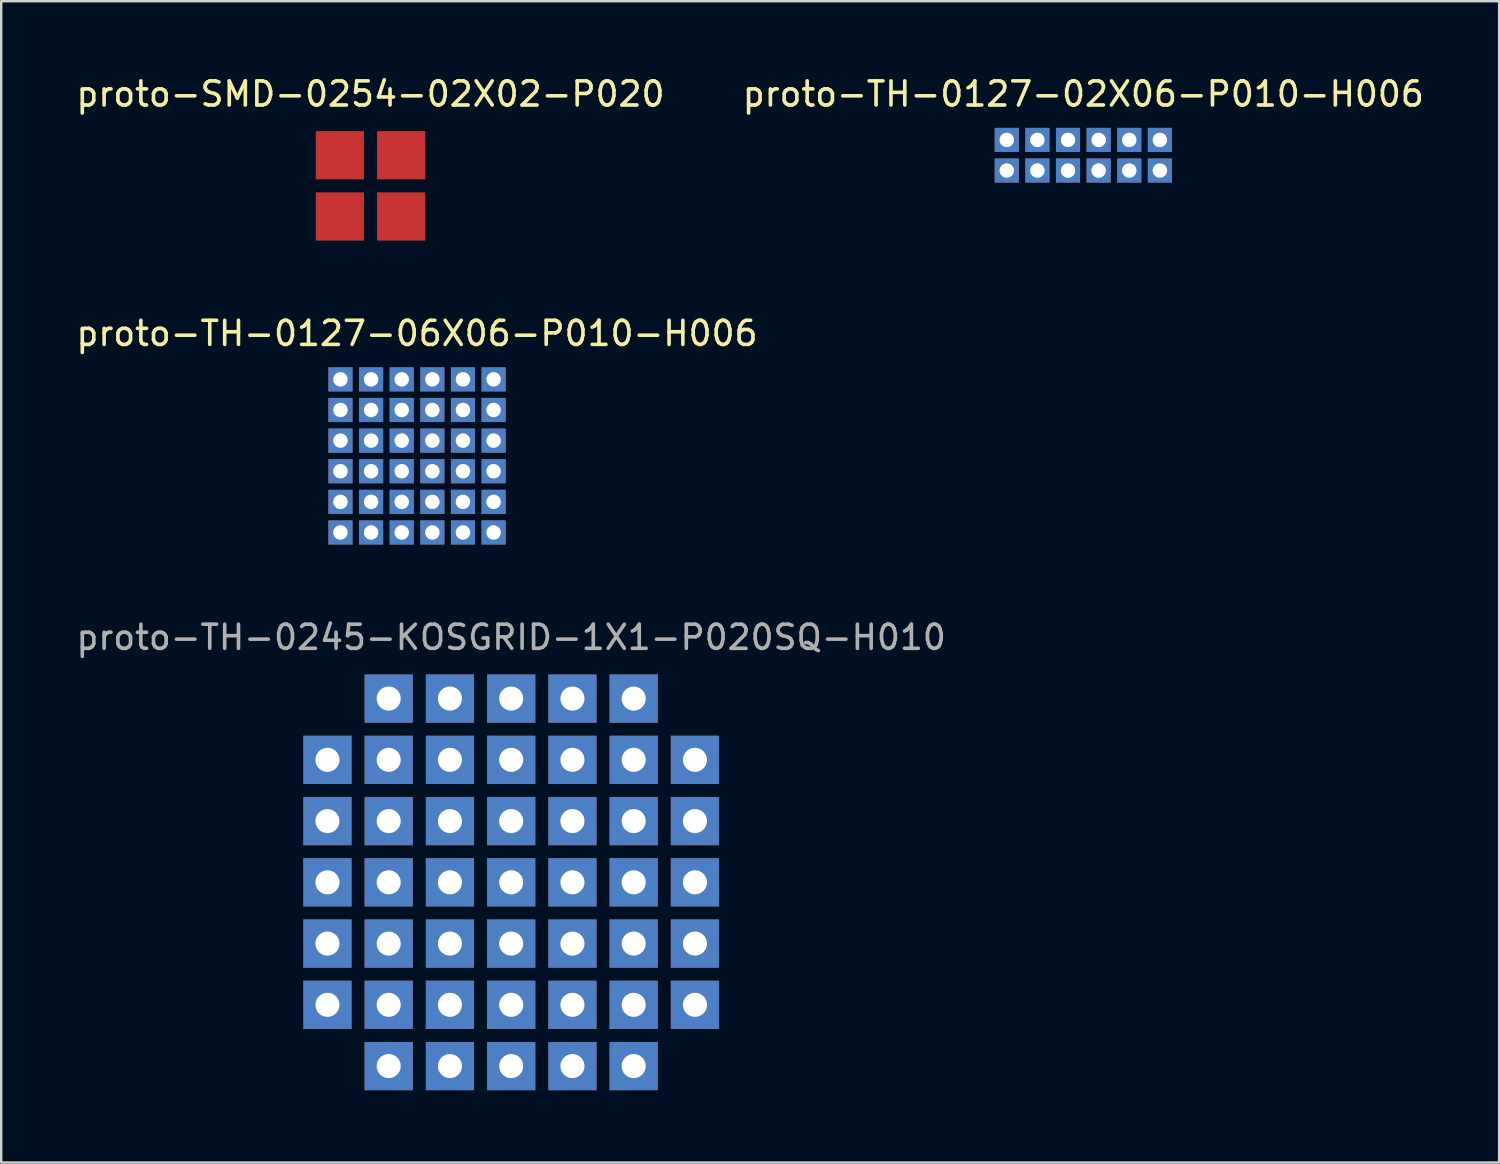
<source format=kicad_pcb>
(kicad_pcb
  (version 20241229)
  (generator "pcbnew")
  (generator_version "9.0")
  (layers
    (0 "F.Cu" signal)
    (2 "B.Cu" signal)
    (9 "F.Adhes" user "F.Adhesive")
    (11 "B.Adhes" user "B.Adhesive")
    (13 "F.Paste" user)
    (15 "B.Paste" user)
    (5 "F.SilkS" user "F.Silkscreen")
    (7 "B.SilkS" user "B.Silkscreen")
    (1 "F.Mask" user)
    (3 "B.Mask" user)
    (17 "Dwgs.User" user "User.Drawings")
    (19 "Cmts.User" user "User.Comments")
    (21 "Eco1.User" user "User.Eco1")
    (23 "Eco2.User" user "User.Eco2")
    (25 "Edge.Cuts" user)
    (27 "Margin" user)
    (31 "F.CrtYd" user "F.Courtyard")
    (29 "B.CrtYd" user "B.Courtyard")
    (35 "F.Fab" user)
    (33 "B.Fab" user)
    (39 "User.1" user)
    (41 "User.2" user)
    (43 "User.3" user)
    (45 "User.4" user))
  (footprint "proto-TH-0127-02X06-P010-H006"
    (layer "F.Cu")
    (at 41.875 3.388)
    (property "Reference" "proto-TH-0127-02X06-P010-H006" (at 0 -2.54 0) (layer "F.SilkS") (effects (font (size 1 1) (thickness 0.15))))
    (attr through_hole)
    (pad "NC" thru_hole rect (at -3.175 -0.635) (size 1 1) (drill 0.6) (layers "*.Cu" "*.Mask"))
    (pad "NC" thru_hole rect (at -3.175 0.635) (size 1 1) (drill 0.6) (layers "*.Cu" "*.Mask"))
    (pad "NC" thru_hole rect (at -1.905 -0.635) (size 1 1) (drill 0.6) (layers "*.Cu" "*.Mask"))
    (pad "NC" thru_hole rect (at -1.905 0.635) (size 1 1) (drill 0.6) (layers "*.Cu" "*.Mask"))
    (pad "NC" thru_hole rect (at -0.635 -0.635) (size 1 1) (drill 0.6) (layers "*.Cu" "*.Mask"))
    (pad "NC" thru_hole rect (at -0.635 0.635) (size 1 1) (drill 0.6) (layers "*.Cu" "*.Mask"))
    (pad "NC" thru_hole rect (at 0.635 -0.635) (size 1 1) (drill 0.6) (layers "*.Cu" "*.Mask"))
    (pad "NC" thru_hole rect (at 0.635 0.635) (size 1 1) (drill 0.6) (layers "*.Cu" "*.Mask"))
    (pad "NC" thru_hole rect (at 1.905 -0.635) (size 1 1) (drill 0.6) (layers "*.Cu" "*.Mask"))
    (pad "NC" thru_hole rect (at 1.905 0.635) (size 1 1) (drill 0.6) (layers "*.Cu" "*.Mask"))
    (pad "NC" thru_hole rect (at 3.175 -0.635) (size 1 1) (drill 0.6) (layers "*.Cu" "*.Mask"))
    (pad "NC" thru_hole rect (at 3.175 0.635) (size 1 1) (drill 0.6) (layers "*.Cu" "*.Mask")))
  (footprint "proto-SMD-0254-02X02-P020"
    (layer "F.Cu")
    (at 12.315 4.658)
    (property "Reference" "proto-SMD-0254-02X02-P020" (at 0 -3.81 0) (layer "F.SilkS") (effects (font (size 1 1) (thickness 0.15))))
    (attr through_hole)
    (pad "1" smd rect (at -1.27 -1.27) (size 2 2) (layers "F.Cu" "F.Mask" "F.Paste"))
    (pad "2" smd rect (at 1.27 -1.27) (size 2 2) (layers "F.Cu" "F.Mask" "F.Paste"))
    (pad "3" smd rect (at -1.27 1.27) (size 2 2) (layers "F.Cu" "F.Mask" "F.Paste"))
    (pad "4" smd rect (at 1.27 1.27) (size 2 2) (layers "F.Cu" "F.Mask" "F.Paste")))
  (footprint "proto-TH-0127-06X06-P010-H006"
    (layer "F.Cu")
    (at 14.244 15.857)
    (property "Reference" "proto-TH-0127-06X06-P010-H006" (at 0 -5.08 0) (layer "F.SilkS") (effects (font (size 1 1) (thickness 0.15))))
    (attr through_hole)
    (pad "NC" thru_hole rect (at -3.175 -3.175) (size 1 1) (drill 0.6) (layers "*.Cu" "*.Mask"))
    (pad "NC" thru_hole rect (at -3.175 -1.905) (size 1 1) (drill 0.6) (layers "*.Cu" "*.Mask"))
    (pad "NC" thru_hole rect (at -3.175 -0.635) (size 1 1) (drill 0.6) (layers "*.Cu" "*.Mask"))
    (pad "NC" thru_hole rect (at -3.175 0.635) (size 1 1) (drill 0.6) (layers "*.Cu" "*.Mask"))
    (pad "NC" thru_hole rect (at -3.175 1.905) (size 1 1) (drill 0.6) (layers "*.Cu" "*.Mask"))
    (pad "NC" thru_hole rect (at -3.175 3.175) (size 1 1) (drill 0.6) (layers "*.Cu" "*.Mask"))
    (pad "NC" thru_hole rect (at -1.905 -3.175) (size 1 1) (drill 0.6) (layers "*.Cu" "*.Mask"))
    (pad "NC" thru_hole rect (at -1.905 -1.905) (size 1 1) (drill 0.6) (layers "*.Cu" "*.Mask"))
    (pad "NC" thru_hole rect (at -1.905 -0.635) (size 1 1) (drill 0.6) (layers "*.Cu" "*.Mask"))
    (pad "NC" thru_hole rect (at -1.905 0.635) (size 1 1) (drill 0.6) (layers "*.Cu" "*.Mask"))
    (pad "NC" thru_hole rect (at -1.905 1.905) (size 1 1) (drill 0.6) (layers "*.Cu" "*.Mask"))
    (pad "NC" thru_hole rect (at -1.905 3.175) (size 1 1) (drill 0.6) (layers "*.Cu" "*.Mask"))
    (pad "NC" thru_hole rect (at -0.635 -3.175) (size 1 1) (drill 0.6) (layers "*.Cu" "*.Mask"))
    (pad "NC" thru_hole rect (at -0.635 -1.905) (size 1 1) (drill 0.6) (layers "*.Cu" "*.Mask"))
    (pad "NC" thru_hole rect (at -0.635 -0.635) (size 1 1) (drill 0.6) (layers "*.Cu" "*.Mask"))
    (pad "NC" thru_hole rect (at -0.635 0.635) (size 1 1) (drill 0.6) (layers "*.Cu" "*.Mask"))
    (pad "NC" thru_hole rect (at -0.635 1.905) (size 1 1) (drill 0.6) (layers "*.Cu" "*.Mask"))
    (pad "NC" thru_hole rect (at -0.635 3.175) (size 1 1) (drill 0.6) (layers "*.Cu" "*.Mask"))
    (pad "NC" thru_hole rect (at 0.635 -3.175) (size 1 1) (drill 0.6) (layers "*.Cu" "*.Mask"))
    (pad "NC" thru_hole rect (at 0.635 -1.905) (size 1 1) (drill 0.6) (layers "*.Cu" "*.Mask"))
    (pad "NC" thru_hole rect (at 0.635 -0.635) (size 1 1) (drill 0.6) (layers "*.Cu" "*.Mask"))
    (pad "NC" thru_hole rect (at 0.635 0.635) (size 1 1) (drill 0.6) (layers "*.Cu" "*.Mask"))
    (pad "NC" thru_hole rect (at 0.635 1.905) (size 1 1) (drill 0.6) (layers "*.Cu" "*.Mask"))
    (pad "NC" thru_hole rect (at 0.635 3.175) (size 1 1) (drill 0.6) (layers "*.Cu" "*.Mask"))
    (pad "NC" thru_hole rect (at 1.905 -3.175) (size 1 1) (drill 0.6) (layers "*.Cu" "*.Mask"))
    (pad "NC" thru_hole rect (at 1.905 -1.905) (size 1 1) (drill 0.6) (layers "*.Cu" "*.Mask"))
    (pad "NC" thru_hole rect (at 1.905 -0.635) (size 1 1) (drill 0.6) (layers "*.Cu" "*.Mask"))
    (pad "NC" thru_hole rect (at 1.905 0.635) (size 1 1) (drill 0.6) (layers "*.Cu" "*.Mask"))
    (pad "NC" thru_hole rect (at 1.905 1.905) (size 1 1) (drill 0.6) (layers "*.Cu" "*.Mask"))
    (pad "NC" thru_hole rect (at 1.905 3.175) (size 1 1) (drill 0.6) (layers "*.Cu" "*.Mask"))
    (pad "NC" thru_hole rect (at 3.175 -3.175) (size 1 1) (drill 0.6) (layers "*.Cu" "*.Mask"))
    (pad "NC" thru_hole rect (at 3.175 -1.905) (size 1 1) (drill 0.6) (layers "*.Cu" "*.Mask"))
    (pad "NC" thru_hole rect (at 3.175 -0.635) (size 1 1) (drill 0.6) (layers "*.Cu" "*.Mask"))
    (pad "NC" thru_hole rect (at 3.175 0.635) (size 1 1) (drill 0.6) (layers "*.Cu" "*.Mask"))
    (pad "NC" thru_hole rect (at 3.175 1.905) (size 1 1) (drill 0.6) (layers "*.Cu" "*.Mask"))
    (pad "NC" thru_hole rect (at 3.175 3.175) (size 1 1) (drill 0.6) (layers "*.Cu" "*.Mask")))
  (footprint "proto-TH-0245-KOSGRID-1X1-P020SQ-H010"
    (layer "F.Cu")
    (at 18.149 33.54)
    (property "Reference" "proto-TH-0245-KOSGRID-1X1-P020SQ-H010" (at 0 -10.16 0) (layer "F.Fab") (effects (font (size 1 1) (thickness 0.15))))
    (attr through_hole)
    (pad "1" thru_hole rect (at -5.08 -7.62) (size 2 2) (drill 1) (layers "*.Cu" "*.Mask"))
    (pad "2" thru_hole rect (at -5.08 7.62) (size 2 2) (drill 1) (layers "*.Cu" "*.Mask"))
    (pad "3" thru_hole rect (at 5.08 7.62) (size 2 2) (drill 1) (layers "*.Cu" "*.Mask"))
    (pad "4" thru_hole rect (at 5.08 -7.62) (size 2 2) (drill 1) (layers "*.Cu" "*.Mask"))
    (pad "NC" thru_hole rect (at -7.62 -5.08) (size 2 2) (drill 1) (layers "*.Cu" "*.Mask"))
    (pad "NC" thru_hole rect (at -7.62 -2.54) (size 2 2) (drill 1) (layers "*.Cu" "*.Mask"))
    (pad "NC" thru_hole rect (at -7.62 0) (size 2 2) (drill 1) (layers "*.Cu" "*.Mask"))
    (pad "NC" thru_hole rect (at -7.62 2.54) (size 2 2) (drill 1) (layers "*.Cu" "*.Mask"))
    (pad "NC" thru_hole rect (at -7.62 5.08) (size 2 2) (drill 1) (layers "*.Cu" "*.Mask"))
    (pad "NC" thru_hole rect (at -5.08 -5.08) (size 2 2) (drill 1) (layers "*.Cu" "*.Mask"))
    (pad "NC" thru_hole rect (at -5.08 -2.54) (size 2 2) (drill 1) (layers "*.Cu" "*.Mask"))
    (pad "NC" thru_hole rect (at -5.08 0) (size 2 2) (drill 1) (layers "*.Cu" "*.Mask"))
    (pad "NC" thru_hole rect (at -5.08 2.54) (size 2 2) (drill 1) (layers "*.Cu" "*.Mask"))
    (pad "NC" thru_hole rect (at -5.08 5.08) (size 2 2) (drill 1) (layers "*.Cu" "*.Mask"))
    (pad "NC" thru_hole rect (at -2.54 -7.62) (size 2 2) (drill 1) (layers "*.Cu" "*.Mask"))
    (pad "NC" thru_hole rect (at -2.54 -5.08) (size 2 2) (drill 1) (layers "*.Cu" "*.Mask"))
    (pad "NC" thru_hole rect (at -2.54 -2.54) (size 2 2) (drill 1) (layers "*.Cu" "*.Mask"))
    (pad "NC" thru_hole rect (at -2.54 0) (size 2 2) (drill 1) (layers "*.Cu" "*.Mask"))
    (pad "NC" thru_hole rect (at -2.54 2.54) (size 2 2) (drill 1) (layers "*.Cu" "*.Mask"))
    (pad "NC" thru_hole rect (at -2.54 5.08) (size 2 2) (drill 1) (layers "*.Cu" "*.Mask"))
    (pad "NC" thru_hole rect (at -2.54 7.62) (size 2 2) (drill 1) (layers "*.Cu" "*.Mask"))
    (pad "NC" thru_hole rect (at 0 -7.62) (size 2 2) (drill 1) (layers "*.Cu" "*.Mask"))
    (pad "NC" thru_hole rect (at 0 -5.08) (size 2 2) (drill 1) (layers "*.Cu" "*.Mask"))
    (pad "NC" thru_hole rect (at 0 -2.54) (size 2 2) (drill 1) (layers "*.Cu" "*.Mask"))
    (pad "NC" thru_hole rect (at 0 0) (size 2 2) (drill 1) (layers "*.Cu" "*.Mask"))
    (pad "NC" thru_hole rect (at 0 2.54) (size 2 2) (drill 1) (layers "*.Cu" "*.Mask"))
    (pad "NC" thru_hole rect (at 0 5.08) (size 2 2) (drill 1) (layers "*.Cu" "*.Mask"))
    (pad "NC" thru_hole rect (at 0 7.62) (size 2 2) (drill 1) (layers "*.Cu" "*.Mask"))
    (pad "NC" thru_hole rect (at 2.54 -7.62) (size 2 2) (drill 1) (layers "*.Cu" "*.Mask"))
    (pad "NC" thru_hole rect (at 2.54 -5.08) (size 2 2) (drill 1) (layers "*.Cu" "*.Mask"))
    (pad "NC" thru_hole rect (at 2.54 -2.54) (size 2 2) (drill 1) (layers "*.Cu" "*.Mask"))
    (pad "NC" thru_hole rect (at 2.54 0) (size 2 2) (drill 1) (layers "*.Cu" "*.Mask"))
    (pad "NC" thru_hole rect (at 2.54 2.54) (size 2 2) (drill 1) (layers "*.Cu" "*.Mask"))
    (pad "NC" thru_hole rect (at 2.54 5.08) (size 2 2) (drill 1) (layers "*.Cu" "*.Mask"))
    (pad "NC" thru_hole rect (at 2.54 7.62) (size 2 2) (drill 1) (layers "*.Cu" "*.Mask"))
    (pad "NC" thru_hole rect (at 5.08 -5.08) (size 2 2) (drill 1) (layers "*.Cu" "*.Mask"))
    (pad "NC" thru_hole rect (at 5.08 -2.54) (size 2 2) (drill 1) (layers "*.Cu" "*.Mask"))
    (pad "NC" thru_hole rect (at 5.08 0) (size 2 2) (drill 1) (layers "*.Cu" "*.Mask"))
    (pad "NC" thru_hole rect (at 5.08 2.54) (size 2 2) (drill 1) (layers "*.Cu" "*.Mask"))
    (pad "NC" thru_hole rect (at 5.08 5.08) (size 2 2) (drill 1) (layers "*.Cu" "*.Mask"))
    (pad "NC" thru_hole rect (at 7.62 -5.08) (size 2 2) (drill 1) (layers "*.Cu" "*.Mask"))
    (pad "NC" thru_hole rect (at 7.62 -2.54) (size 2 2) (drill 1) (layers "*.Cu" "*.Mask"))
    (pad "NC" thru_hole rect (at 7.62 0) (size 2 2) (drill 1) (layers "*.Cu" "*.Mask"))
    (pad "NC" thru_hole rect (at 7.62 2.54) (size 2 2) (drill 1) (layers "*.Cu" "*.Mask"))
    (pad "NC" thru_hole rect (at 7.62 5.08) (size 2 2) (drill 1) (layers "*.Cu" "*.Mask")))
  (gr_rect
    (start -3 -3)
    (end 59.119 45.16)
    (stroke (width 0.1) (type default))
    (fill no)
    (layer "Edge.Cuts")))
</source>
